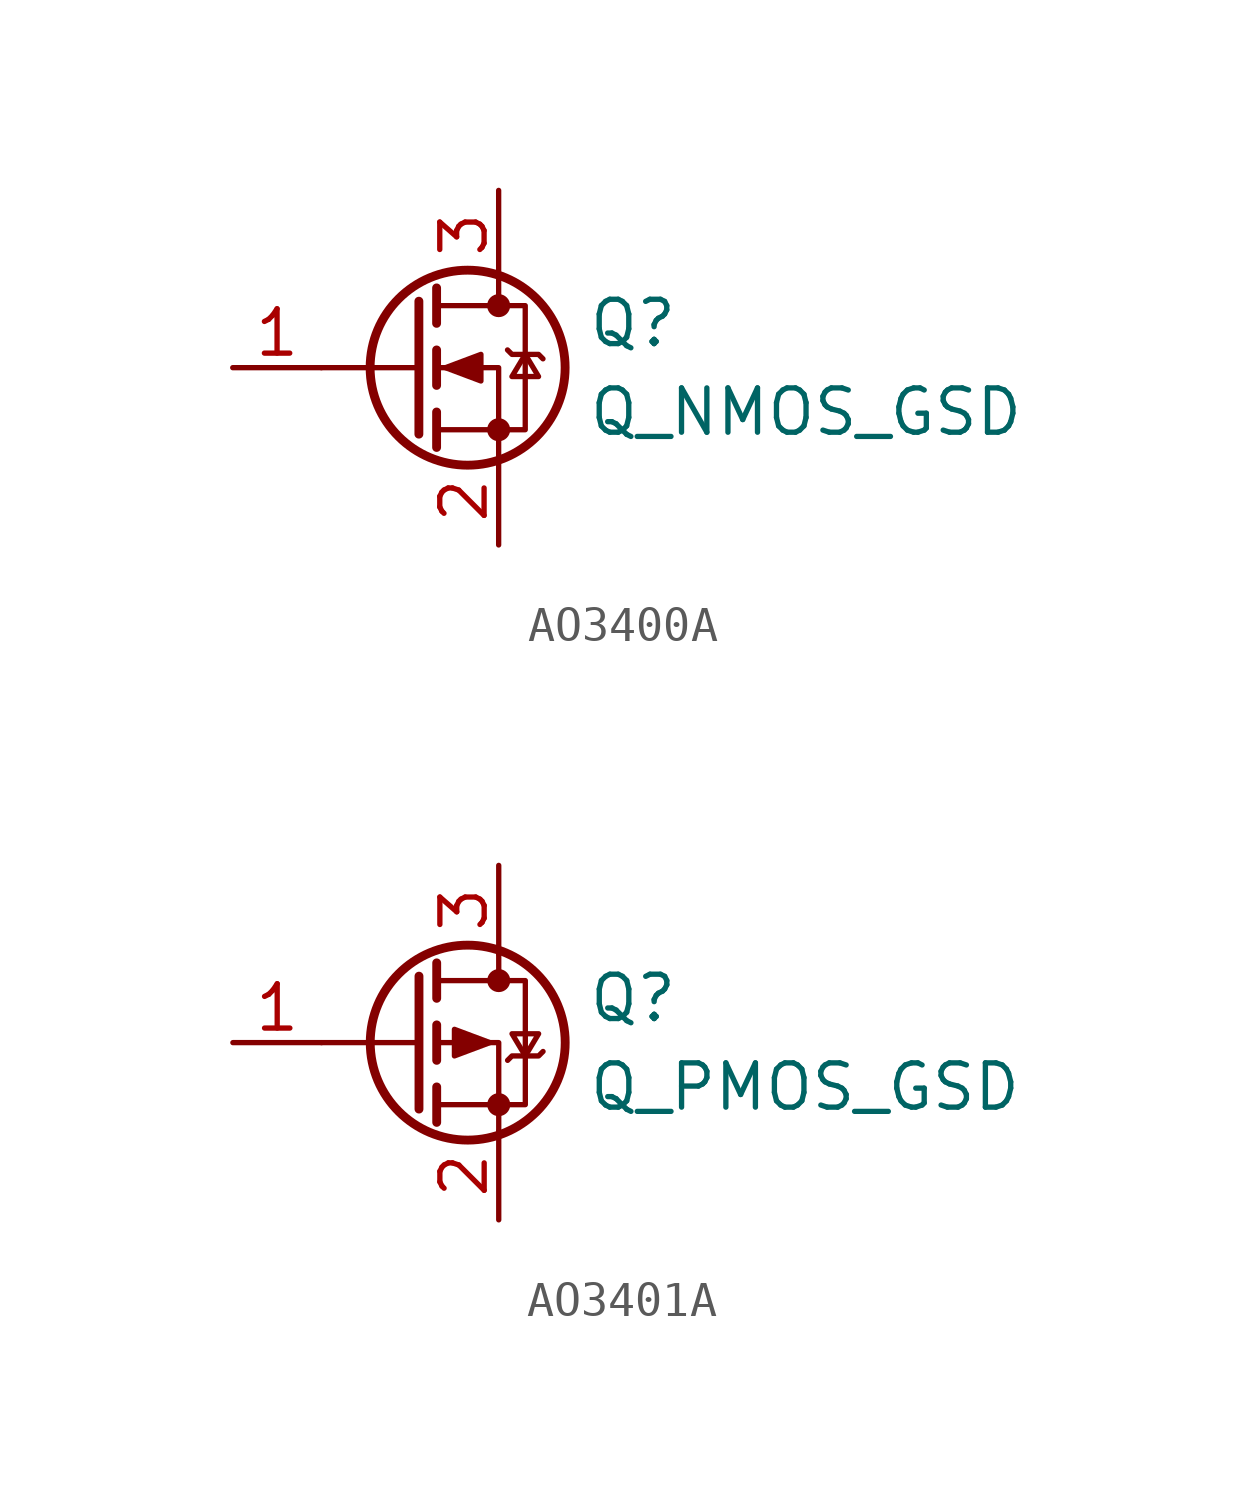
<source format=kicad_sym>
(kicad_symbol_lib
  (version 20211014)
  (generator None)
  (symbol "AO3400A"
    (pin_names
      (offset 0) hide)
    (property "Reference" "Q"
      (at 5.08 1.27 0)
      (effects (font (size 1.27 1.27)) (justify left)))
    (property "Value" "Q_NMOS_GSD"
      (at 5.08 -1.27 0)
      (effects (font (size 1.27 1.27)) (justify left)))
    (symbol "AO3400A_0_1"
      (polyline (pts (xy 0.254 0) (xy -2.54 0)) (stroke (width 0) (type default)) (fill (type none)))
      (polyline (pts (xy 0.254 1.905) (xy 0.254 -1.905)) (stroke (width 0.254) (type default)) (fill (type none)))
      (polyline (pts (xy 0.762 -1.27) (xy 0.762 -2.286)) (stroke (width 0.254) (type default)) (fill (type none)))
      (polyline (pts (xy 0.762 0.508) (xy 0.762 -0.508)) (stroke (width 0.254) (type default)) (fill (type none)))
      (polyline (pts (xy 0.762 2.286) (xy 0.762 1.27)) (stroke (width 0.254) (type default)) (fill (type none)))
      (polyline (pts (xy 2.54 2.54) (xy 2.54 1.778)) (stroke (width 0) (type default)) (fill (type none)))
      (polyline (pts (xy 2.54 -2.54) (xy 2.54 0) (xy 0.762 0)) (stroke (width 0) (type default)) (fill (type none)))
      (polyline (pts (xy 0.762 -1.778) (xy 3.302 -1.778) (xy 3.302 1.778) (xy 0.762 1.778)) (stroke (width 0) (type default)) (fill (type none)))
      (polyline (pts (xy 1.016 0) (xy 2.032 0.381) (xy 2.032 -0.381) (xy 1.016 0)) (stroke (width 0) (type default)) (fill (type outline)))
      (polyline (pts (xy 2.794 0.508) (xy 2.921 0.381) (xy 3.683 0.381) (xy 3.81 0.254)) (stroke (width 0) (type default)) (fill (type none)))
      (polyline (pts (xy 3.302 0.381) (xy 2.921 -0.254) (xy 3.683 -0.254) (xy 3.302 0.381)) (stroke (width 0) (type default)) (fill (type none)))
      (circle (center 1.651 0) (radius 2.794) (stroke (width 0.254) (type default)) (fill (type none)))
      (circle (center 2.54 -1.778) (radius 0.254) (stroke (width 0) (type default)) (fill (type outline)))
      (circle (center 2.54 1.778) (radius 0.254) (stroke (width 0) (type default)) (fill (type outline))))
    (symbol "AO3400A_1_1"
      (pin input line (at -5.08 0 0) (length 2.54) (name "G" (effects (font (size 1.27 1.27)))) (number "1" (effects (font (size 1.27 1.27)))))
      (pin passive line (at 2.54 -5.08 90) (length 2.54) (name "S" (effects (font (size 1.27 1.27)))) (number "2" (effects (font (size 1.27 1.27)))))
      (pin passive line (at 2.54 5.08 270) (length 2.54) (name "D" (effects (font (size 1.27 1.27)))) (number "3" (effects (font (size 1.27 1.27)))))))
  (symbol "AO3401A"
    (pin_names
      (offset 0) hide)
    (property "Reference" "Q"
      (at 5.08 1.27 0)
      (effects (font (size 1.27 1.27)) (justify left)))
    (property "Value" "Q_PMOS_GSD"
      (at 5.08 -1.27 0)
      (effects (font (size 1.27 1.27)) (justify left)))
    (symbol "AO3401A_0_1"
      (polyline (pts (xy 0.254 0) (xy -2.54 0)) (stroke (width 0) (type default)) (fill (type none)))
      (polyline (pts (xy 0.254 1.905) (xy 0.254 -1.905)) (stroke (width 0.254) (type default)) (fill (type none)))
      (polyline (pts (xy 0.762 -1.27) (xy 0.762 -2.286)) (stroke (width 0.254) (type default)) (fill (type none)))
      (polyline (pts (xy 0.762 0.508) (xy 0.762 -0.508)) (stroke (width 0.254) (type default)) (fill (type none)))
      (polyline (pts (xy 0.762 2.286) (xy 0.762 1.27)) (stroke (width 0.254) (type default)) (fill (type none)))
      (polyline (pts (xy 2.54 2.54) (xy 2.54 1.778)) (stroke (width 0) (type default)) (fill (type none)))
      (polyline (pts (xy 2.54 -2.54) (xy 2.54 0) (xy 0.762 0)) (stroke (width 0) (type default)) (fill (type none)))
      (polyline (pts (xy 0.762 1.778) (xy 3.302 1.778) (xy 3.302 -1.778) (xy 0.762 -1.778)) (stroke (width 0) (type default)) (fill (type none)))
      (polyline (pts (xy 2.286 0) (xy 1.27 0.381) (xy 1.27 -0.381) (xy 2.286 0)) (stroke (width 0) (type default)) (fill (type outline)))
      (polyline (pts (xy 2.794 -0.508) (xy 2.921 -0.381) (xy 3.683 -0.381) (xy 3.81 -0.254)) (stroke (width 0) (type default)) (fill (type none)))
      (polyline (pts (xy 3.302 -0.381) (xy 2.921 0.254) (xy 3.683 0.254) (xy 3.302 -0.381)) (stroke (width 0) (type default)) (fill (type none)))
      (circle (center 1.651 0) (radius 2.794) (stroke (width 0.254) (type default)) (fill (type none)))
      (circle (center 2.54 -1.778) (radius 0.254) (stroke (width 0) (type default)) (fill (type outline)))
      (circle (center 2.54 1.778) (radius 0.254) (stroke (width 0) (type default)) (fill (type outline))))
    (symbol "AO3401A_1_1"
      (pin input line (at -5.08 0 0) (length 2.54) (name "G" (effects (font (size 1.27 1.27)))) (number "1" (effects (font (size 1.27 1.27)))))
      (pin passive line (at 2.54 -5.08 90) (length 2.54) (name "S" (effects (font (size 1.27 1.27)))) (number "2" (effects (font (size 1.27 1.27)))))
      (pin passive line (at 2.54 5.08 270) (length 2.54) (name "D" (effects (font (size 1.27 1.27)))) (number "3" (effects (font (size 1.27 1.27))))))))
</source>
